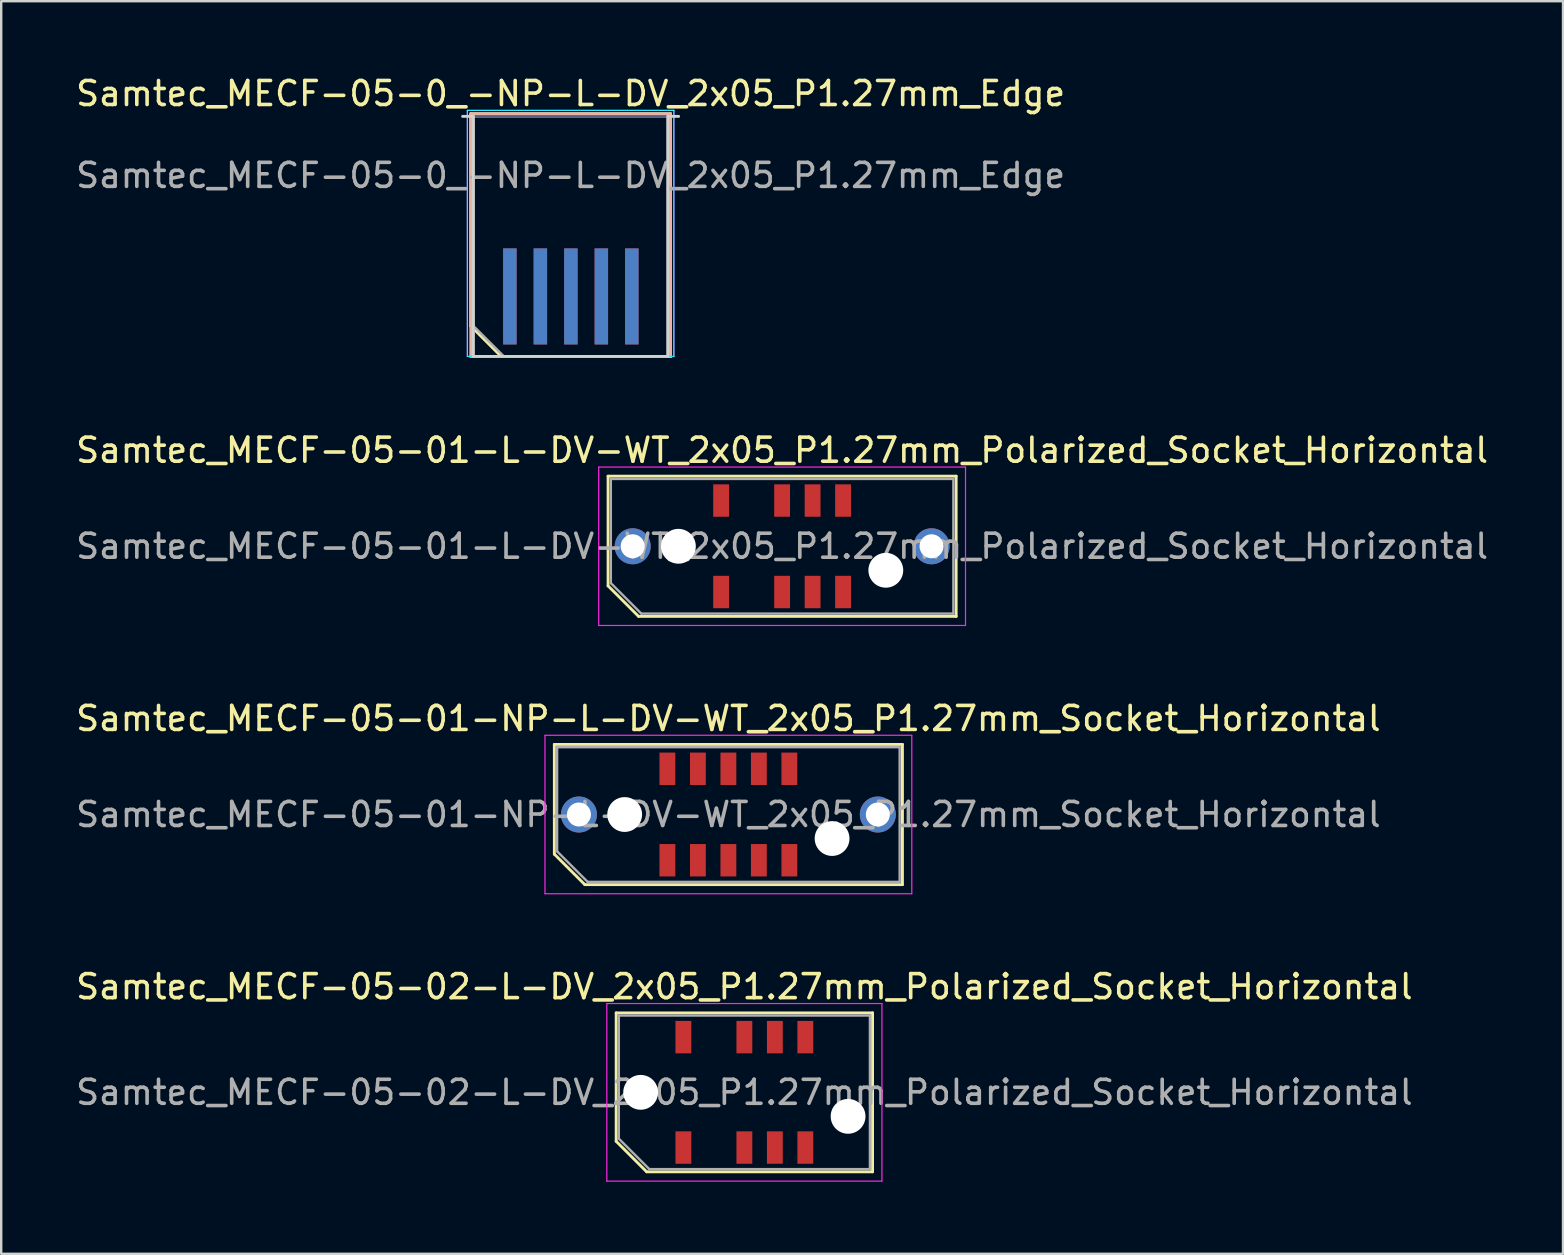
<source format=kicad_pcb>
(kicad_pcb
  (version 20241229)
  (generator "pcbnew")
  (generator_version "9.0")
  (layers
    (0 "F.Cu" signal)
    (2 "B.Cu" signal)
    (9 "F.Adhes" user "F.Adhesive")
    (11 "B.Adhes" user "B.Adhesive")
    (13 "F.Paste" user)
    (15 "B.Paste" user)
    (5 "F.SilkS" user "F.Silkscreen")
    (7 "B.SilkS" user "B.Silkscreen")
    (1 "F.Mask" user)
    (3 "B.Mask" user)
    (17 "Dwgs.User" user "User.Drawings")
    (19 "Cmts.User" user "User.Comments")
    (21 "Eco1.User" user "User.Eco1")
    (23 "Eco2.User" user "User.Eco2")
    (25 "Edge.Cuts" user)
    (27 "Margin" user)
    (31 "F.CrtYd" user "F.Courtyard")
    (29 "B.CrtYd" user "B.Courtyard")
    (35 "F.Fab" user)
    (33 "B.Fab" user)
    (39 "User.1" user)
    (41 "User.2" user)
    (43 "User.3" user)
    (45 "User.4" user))
  (footprint "Samtec_MECF-05-01-L-DV-WT_2x05_P1.27mm_Polarized_Socket_Horizontal"
    (layer "F.Cu")
    (at 29.53 19.706)
    (property "Reference" "Samtec_MECF-05-01-L-DV-WT_2x05_P1.27mm_Polarized_Socket_Horizontal" (at 0 -4 0) (layer "F.SilkS") (effects (font (size 1 1) (thickness 0.15))))
    (attr smd)
    (fp_line (start -7.25 -2.92) (end 7.25 -2.92) (stroke (width 0.12) (type solid)) (layer "F.SilkS"))
    (fp_line (start -7.25 1.65) (end -7.25 -2.92) (stroke (width 0.12) (type solid)) (layer "F.SilkS"))
    (fp_line (start -5.98 2.92) (end -7.25 1.65) (stroke (width 0.12) (type solid)) (layer "F.SilkS"))
    (fp_line (start -5.98 2.92) (end 7.25 2.92) (stroke (width 0.12) (type solid)) (layer "F.SilkS"))
    (fp_line (start 7.25 2.92) (end 7.25 -2.92) (stroke (width 0.12) (type solid)) (layer "F.SilkS"))
    (fp_line (start -7.64 -3.3) (end -7.64 3.3) (stroke (width 0.05) (type solid)) (layer "F.CrtYd"))
    (fp_line (start -7.64 3.3) (end 7.64 3.3) (stroke (width 0.05) (type solid)) (layer "F.CrtYd"))
    (fp_line (start 7.64 -3.3) (end -7.64 -3.3) (stroke (width 0.05) (type solid)) (layer "F.CrtYd"))
    (fp_line (start 7.64 3.3) (end 7.64 -3.3) (stroke (width 0.05) (type solid)) (layer "F.CrtYd"))
    (fp_line (start -7.135 -2.805) (end 7.135 -2.805) (stroke (width 0.1) (type solid)) (layer "F.Fab"))
    (fp_line (start -7.135 1.535) (end -7.135 -2.805) (stroke (width 0.1) (type solid)) (layer "F.Fab"))
    (fp_line (start -7.135 1.535) (end -5.865 2.805) (stroke (width 0.1) (type solid)) (layer "F.Fab"))
    (fp_line (start -5.865 2.805) (end 7.135 2.805) (stroke (width 0.1) (type solid)) (layer "F.Fab"))
    (fp_line (start 7.135 2.805) (end 7.135 -2.805) (stroke (width 0.1) (type solid)) (layer "F.Fab"))
    (fp_text user "${REFERENCE}" (at 0 0 0) (layer "F.Fab") (effects (font (size 1 1) (thickness 0.15))))
    (pad "" thru_hole circle (at -6.225 0) (size 1.5 1.5) (drill 1) (layers "*.Cu" "*.Mask"))
    (pad "" np_thru_hole circle (at -4.32 0) (size 1.45 1.45) (drill 1.45) (layers "*.Cu" "*.Mask"))
    (pad "" np_thru_hole circle (at 4.32 1) (size 1.45 1.45) (drill 1.45) (layers "*.Cu" "*.Mask"))
    (pad "" thru_hole circle (at 6.225 0) (size 1.5 1.5) (drill 1) (layers "*.Cu" "*.Mask"))
    (pad "1" smd rect (at -2.54 1.905) (size 0.66 1.35) (layers "F.Cu" "F.Mask" "F.Paste"))
    (pad "2" smd rect (at -2.54 -1.905) (size 0.66 1.35) (layers "F.Cu" "F.Mask" "F.Paste"))
    (pad "5" smd rect (at 0 1.905) (size 0.66 1.35) (layers "F.Cu" "F.Mask" "F.Paste"))
    (pad "6" smd rect (at 0 -1.905) (size 0.66 1.35) (layers "F.Cu" "F.Mask" "F.Paste"))
    (pad "7" smd rect (at 1.27 1.905) (size 0.66 1.35) (layers "F.Cu" "F.Mask" "F.Paste"))
    (pad "8" smd rect (at 1.27 -1.905) (size 0.66 1.35) (layers "F.Cu" "F.Mask" "F.Paste"))
    (pad "9" smd rect (at 2.54 1.905) (size 0.66 1.35) (layers "F.Cu" "F.Mask" "F.Paste"))
    (pad "10" smd rect (at 2.54 -1.905) (size 0.66 1.35) (layers "F.Cu" "F.Mask" "F.Paste")))
  (footprint "Samtec_MECF-05-0_-NP-L-DV_2x05_P1.27mm_Edge"
    (layer "F.Cu")
    (at 20.72 6.798)
    (property "Reference" "Samtec_MECF-05-0_-NP-L-DV_2x05_P1.27mm_Edge" (at 0 -5.95 0) (layer "F.SilkS") (effects (font (size 1 1) (thickness 0.15))))
    (attr exclude_from_pos_files exclude_from_bom)
    (fp_line (start -4.16 -5.11) (end 4.16 -5.11) (stroke (width 0.12) (type solid)) (layer "F.SilkS"))
    (fp_line (start -4.16 3.73) (end -4.16 -5.11) (stroke (width 0.12) (type solid)) (layer "F.SilkS"))
    (fp_line (start -2.89 5) (end -4.16 3.73) (stroke (width 0.12) (type solid)) (layer "F.SilkS"))
    (fp_line (start -2.89 5) (end 4.16 5) (stroke (width 0.12) (type solid)) (layer "F.SilkS"))
    (fp_line (start 4.16 5) (end 4.16 -5.11) (stroke (width 0.12) (type solid)) (layer "F.SilkS"))
    (fp_line (start -4.16 -5.11) (end 4.16 -5.11) (stroke (width 0.12) (type solid)) (layer "B.SilkS"))
    (fp_line (start -4.16 5) (end -4.16 -5.11) (stroke (width 0.12) (type solid)) (layer "B.SilkS"))
    (fp_line (start -4.16 5) (end 4.16 5) (stroke (width 0.12) (type solid)) (layer "B.SilkS"))
    (fp_line (start 4.16 5) (end 4.16 -5.11) (stroke (width 0.12) (type solid)) (layer "B.SilkS"))
    (fp_line (start -4.5 -5) (end -4.05 -5) (stroke (width 0.12) (type solid)) (layer "Edge.Cuts"))
    (fp_line (start -4.05 5) (end -4.05 -5) (stroke (width 0.12) (type solid)) (layer "Edge.Cuts"))
    (fp_line (start -4.05 5) (end 4.05 5) (stroke (width 0.12) (type solid)) (layer "Edge.Cuts"))
    (fp_line (start 4.05 5) (end 4.05 -5) (stroke (width 0.12) (type solid)) (layer "Edge.Cuts"))
    (fp_line (start 4.5 -5) (end 4.05 -5) (stroke (width 0.12) (type solid)) (layer "Edge.Cuts"))
    (fp_line (start -4.3 -5.25) (end -4.3 5) (stroke (width 0.05) (type solid)) (layer "B.CrtYd"))
    (fp_line (start -4.3 5) (end 4.3 5) (stroke (width 0.05) (type solid)) (layer "B.CrtYd"))
    (fp_line (start 4.3 -5.25) (end -4.3 -5.25) (stroke (width 0.05) (type solid)) (layer "B.CrtYd"))
    (fp_line (start 4.3 5) (end 4.3 -5.25) (stroke (width 0.05) (type solid)) (layer "B.CrtYd"))
    (fp_line (start -4.3 -5.25) (end -4.3 5) (stroke (width 0.05) (type solid)) (layer "F.CrtYd"))
    (fp_line (start -4.3 5) (end 4.3 5) (stroke (width 0.05) (type solid)) (layer "F.CrtYd"))
    (fp_line (start 4.3 -5.25) (end -4.3 -5.25) (stroke (width 0.05) (type solid)) (layer "F.CrtYd"))
    (fp_line (start 4.3 5) (end 4.3 -5.25) (stroke (width 0.05) (type solid)) (layer "F.CrtYd"))
    (fp_line (start -4.05 -5) (end 4.05 -5) (stroke (width 0.1) (type solid)) (layer "B.Fab"))
    (fp_line (start -4.05 5) (end -4.05 -5) (stroke (width 0.1) (type solid)) (layer "B.Fab"))
    (fp_line (start -4.05 5) (end 4.05 5) (stroke (width 0.1) (type solid)) (layer "B.Fab"))
    (fp_line (start 4.05 5) (end 4.05 -5) (stroke (width 0.1) (type solid)) (layer "B.Fab"))
    (fp_line (start -4.05 -5) (end 4.05 -5) (stroke (width 0.1) (type solid)) (layer "F.Fab"))
    (fp_line (start -4.05 3.73) (end -4.05 -5) (stroke (width 0.1) (type solid)) (layer "F.Fab"))
    (fp_line (start -4.05 3.73) (end -2.78 5) (stroke (width 0.1) (type solid)) (layer "F.Fab"))
    (fp_line (start -2.78 5) (end 4.05 5) (stroke (width 0.1) (type solid)) (layer "F.Fab"))
    (fp_line (start 4.05 5) (end 4.05 -5) (stroke (width 0.1) (type solid)) (layer "F.Fab"))
    (fp_text user "${REFERENCE}" (at 0 -2.54 0) (layer "F.Fab") (effects (font (size 1 1) (thickness 0.15))))
    (pad "1" connect rect (at -2.53 2.5) (size 0.56 4) (layers "F.Cu" "F.Mask"))
    (pad "2" connect rect (at -2.53 2.5) (size 0.56 4) (layers "B.Cu" "B.Mask"))
    (pad "3" connect rect (at -1.26 2.5) (size 0.56 4) (layers "F.Cu" "F.Mask"))
    (pad "4" connect rect (at -1.26 2.5) (size 0.56 4) (layers "B.Cu" "B.Mask"))
    (pad "5" connect rect (at 0.01 2.5) (size 0.56 4) (layers "F.Cu" "F.Mask"))
    (pad "6" connect rect (at 0.01 2.5) (size 0.56 4) (layers "B.Cu" "B.Mask"))
    (pad "7" connect rect (at 1.28 2.5) (size 0.56 4) (layers "F.Cu" "F.Mask"))
    (pad "8" connect rect (at 1.28 2.5) (size 0.56 4) (layers "B.Cu" "B.Mask"))
    (pad "9" connect rect (at 2.55 2.5) (size 0.56 4) (layers "F.Cu" "F.Mask"))
    (pad "10" connect rect (at 2.55 2.5) (size 0.56 4) (layers "B.Cu" "B.Mask")))
  (footprint "Samtec_MECF-05-01-NP-L-DV-WT_2x05_P1.27mm_Socket_Horizontal"
    (layer "F.Cu")
    (at 27.292 30.88)
    (property "Reference" "Samtec_MECF-05-01-NP-L-DV-WT_2x05_P1.27mm_Socket_Horizontal" (at 0 -4 0) (layer "F.SilkS") (effects (font (size 1 1) (thickness 0.15))))
    (attr smd)
    (fp_line (start -7.25 -2.92) (end 7.25 -2.92) (stroke (width 0.12) (type solid)) (layer "F.SilkS"))
    (fp_line (start -7.25 1.65) (end -7.25 -2.92) (stroke (width 0.12) (type solid)) (layer "F.SilkS"))
    (fp_line (start -5.98 2.92) (end -7.25 1.65) (stroke (width 0.12) (type solid)) (layer "F.SilkS"))
    (fp_line (start -5.98 2.92) (end 7.25 2.92) (stroke (width 0.12) (type solid)) (layer "F.SilkS"))
    (fp_line (start 7.25 2.92) (end 7.25 -2.92) (stroke (width 0.12) (type solid)) (layer "F.SilkS"))
    (fp_line (start -7.64 -3.3) (end -7.64 3.3) (stroke (width 0.05) (type solid)) (layer "F.CrtYd"))
    (fp_line (start -7.64 3.3) (end 7.64 3.3) (stroke (width 0.05) (type solid)) (layer "F.CrtYd"))
    (fp_line (start 7.64 -3.3) (end -7.64 -3.3) (stroke (width 0.05) (type solid)) (layer "F.CrtYd"))
    (fp_line (start 7.64 3.3) (end 7.64 -3.3) (stroke (width 0.05) (type solid)) (layer "F.CrtYd"))
    (fp_line (start -7.135 -2.805) (end 7.135 -2.805) (stroke (width 0.1) (type solid)) (layer "F.Fab"))
    (fp_line (start -7.135 1.535) (end -7.135 -2.805) (stroke (width 0.1) (type solid)) (layer "F.Fab"))
    (fp_line (start -7.135 1.535) (end -5.865 2.805) (stroke (width 0.1) (type solid)) (layer "F.Fab"))
    (fp_line (start -5.865 2.805) (end 7.135 2.805) (stroke (width 0.1) (type solid)) (layer "F.Fab"))
    (fp_line (start 7.135 2.805) (end 7.135 -2.805) (stroke (width 0.1) (type solid)) (layer "F.Fab"))
    (fp_text user "${REFERENCE}" (at 0 0 0) (layer "F.Fab") (effects (font (size 1 1) (thickness 0.15))))
    (pad "" thru_hole circle (at -6.225 0) (size 1.5 1.5) (drill 1) (layers "*.Cu" "*.Mask"))
    (pad "" np_thru_hole circle (at -4.32 0) (size 1.45 1.45) (drill 1.45) (layers "*.Cu" "*.Mask"))
    (pad "" np_thru_hole circle (at 4.32 1) (size 1.45 1.45) (drill 1.45) (layers "*.Cu" "*.Mask"))
    (pad "" thru_hole circle (at 6.225 0) (size 1.5 1.5) (drill 1) (layers "*.Cu" "*.Mask"))
    (pad "1" smd rect (at -2.54 1.905) (size 0.66 1.35) (layers "F.Cu" "F.Mask" "F.Paste"))
    (pad "2" smd rect (at -2.54 -1.905) (size 0.66 1.35) (layers "F.Cu" "F.Mask" "F.Paste"))
    (pad "3" smd rect (at -1.27 1.905) (size 0.66 1.35) (layers "F.Cu" "F.Mask" "F.Paste"))
    (pad "4" smd rect (at -1.27 -1.905) (size 0.66 1.35) (layers "F.Cu" "F.Mask" "F.Paste"))
    (pad "5" smd rect (at 0 1.905) (size 0.66 1.35) (layers "F.Cu" "F.Mask" "F.Paste"))
    (pad "6" smd rect (at 0 -1.905) (size 0.66 1.35) (layers "F.Cu" "F.Mask" "F.Paste"))
    (pad "7" smd rect (at 1.27 1.905) (size 0.66 1.35) (layers "F.Cu" "F.Mask" "F.Paste"))
    (pad "8" smd rect (at 1.27 -1.905) (size 0.66 1.35) (layers "F.Cu" "F.Mask" "F.Paste"))
    (pad "9" smd rect (at 2.54 1.905) (size 0.66 1.35) (layers "F.Cu" "F.Mask" "F.Paste"))
    (pad "10" smd rect (at 2.54 -1.905) (size 0.66 1.35) (layers "F.Cu" "F.Mask" "F.Paste")))
  (footprint "Samtec_MECF-05-02-L-DV_2x05_P1.27mm_Polarized_Socket_Horizontal"
    (layer "F.Cu")
    (at 27.958 42.453)
    (property "Reference" "Samtec_MECF-05-02-L-DV_2x05_P1.27mm_Polarized_Socket_Horizontal" (at 0 -4.4 0) (layer "F.SilkS") (effects (font (size 1 1) (thickness 0.15))))
    (attr smd)
    (fp_line (start -5.34 -3.31) (end 5.34 -3.31) (stroke (width 0.12) (type solid)) (layer "F.SilkS"))
    (fp_line (start -5.34 2.04) (end -5.34 -3.31) (stroke (width 0.12) (type solid)) (layer "F.SilkS"))
    (fp_line (start -4.07 3.31) (end -5.34 2.04) (stroke (width 0.12) (type solid)) (layer "F.SilkS"))
    (fp_line (start -4.07 3.31) (end 5.34 3.31) (stroke (width 0.12) (type solid)) (layer "F.SilkS"))
    (fp_line (start 5.34 3.31) (end 5.34 -3.31) (stroke (width 0.12) (type solid)) (layer "F.SilkS"))
    (fp_line (start -5.73 -3.7) (end -5.73 3.7) (stroke (width 0.05) (type solid)) (layer "F.CrtYd"))
    (fp_line (start -5.73 3.7) (end 5.73 3.7) (stroke (width 0.05) (type solid)) (layer "F.CrtYd"))
    (fp_line (start 5.73 -3.7) (end -5.73 -3.7) (stroke (width 0.05) (type solid)) (layer "F.CrtYd"))
    (fp_line (start 5.73 3.7) (end 5.73 -3.7) (stroke (width 0.05) (type solid)) (layer "F.CrtYd"))
    (fp_line (start -5.23 -3.2) (end 5.23 -3.2) (stroke (width 0.1) (type solid)) (layer "F.Fab"))
    (fp_line (start -5.23 1.93) (end -5.23 -3.2) (stroke (width 0.1) (type solid)) (layer "F.Fab"))
    (fp_line (start -5.23 1.93) (end -3.96 3.2) (stroke (width 0.1) (type solid)) (layer "F.Fab"))
    (fp_line (start -3.96 3.2) (end 5.23 3.2) (stroke (width 0.1) (type solid)) (layer "F.Fab"))
    (fp_line (start 5.23 3.2) (end 5.23 -3.2) (stroke (width 0.1) (type solid)) (layer "F.Fab"))
    (fp_text user "${REFERENCE}" (at 0 0 0) (layer "F.Fab") (effects (font (size 1 1) (thickness 0.15))))
    (pad "" np_thru_hole circle (at -4.32 0) (size 1.45 1.45) (drill 1.45) (layers "*.Cu" "*.Mask"))
    (pad "" np_thru_hole circle (at 4.32 1) (size 1.45 1.45) (drill 1.45) (layers "*.Cu" "*.Mask"))
    (pad "1" smd rect (at -2.54 2.3) (size 0.66 1.35) (layers "F.Cu" "F.Mask" "F.Paste"))
    (pad "2" smd rect (at -2.54 -2.3) (size 0.66 1.35) (layers "F.Cu" "F.Mask" "F.Paste"))
    (pad "5" smd rect (at 0 2.3) (size 0.66 1.35) (layers "F.Cu" "F.Mask" "F.Paste"))
    (pad "6" smd rect (at 0 -2.3) (size 0.66 1.35) (layers "F.Cu" "F.Mask" "F.Paste"))
    (pad "7" smd rect (at 1.27 2.3) (size 0.66 1.35) (layers "F.Cu" "F.Mask" "F.Paste"))
    (pad "8" smd rect (at 1.27 -2.3) (size 0.66 1.35) (layers "F.Cu" "F.Mask" "F.Paste"))
    (pad "9" smd rect (at 2.54 2.3) (size 0.66 1.35) (layers "F.Cu" "F.Mask" "F.Paste"))
    (pad "10" smd rect (at 2.54 -2.3) (size 0.66 1.35) (layers "F.Cu" "F.Mask" "F.Paste")))
  (gr_rect
    (start -3 -3)
    (end 62.06 49.178)
    (stroke (width 0.1) (type default))
    (fill no)
    (layer "Edge.Cuts")))
</source>
